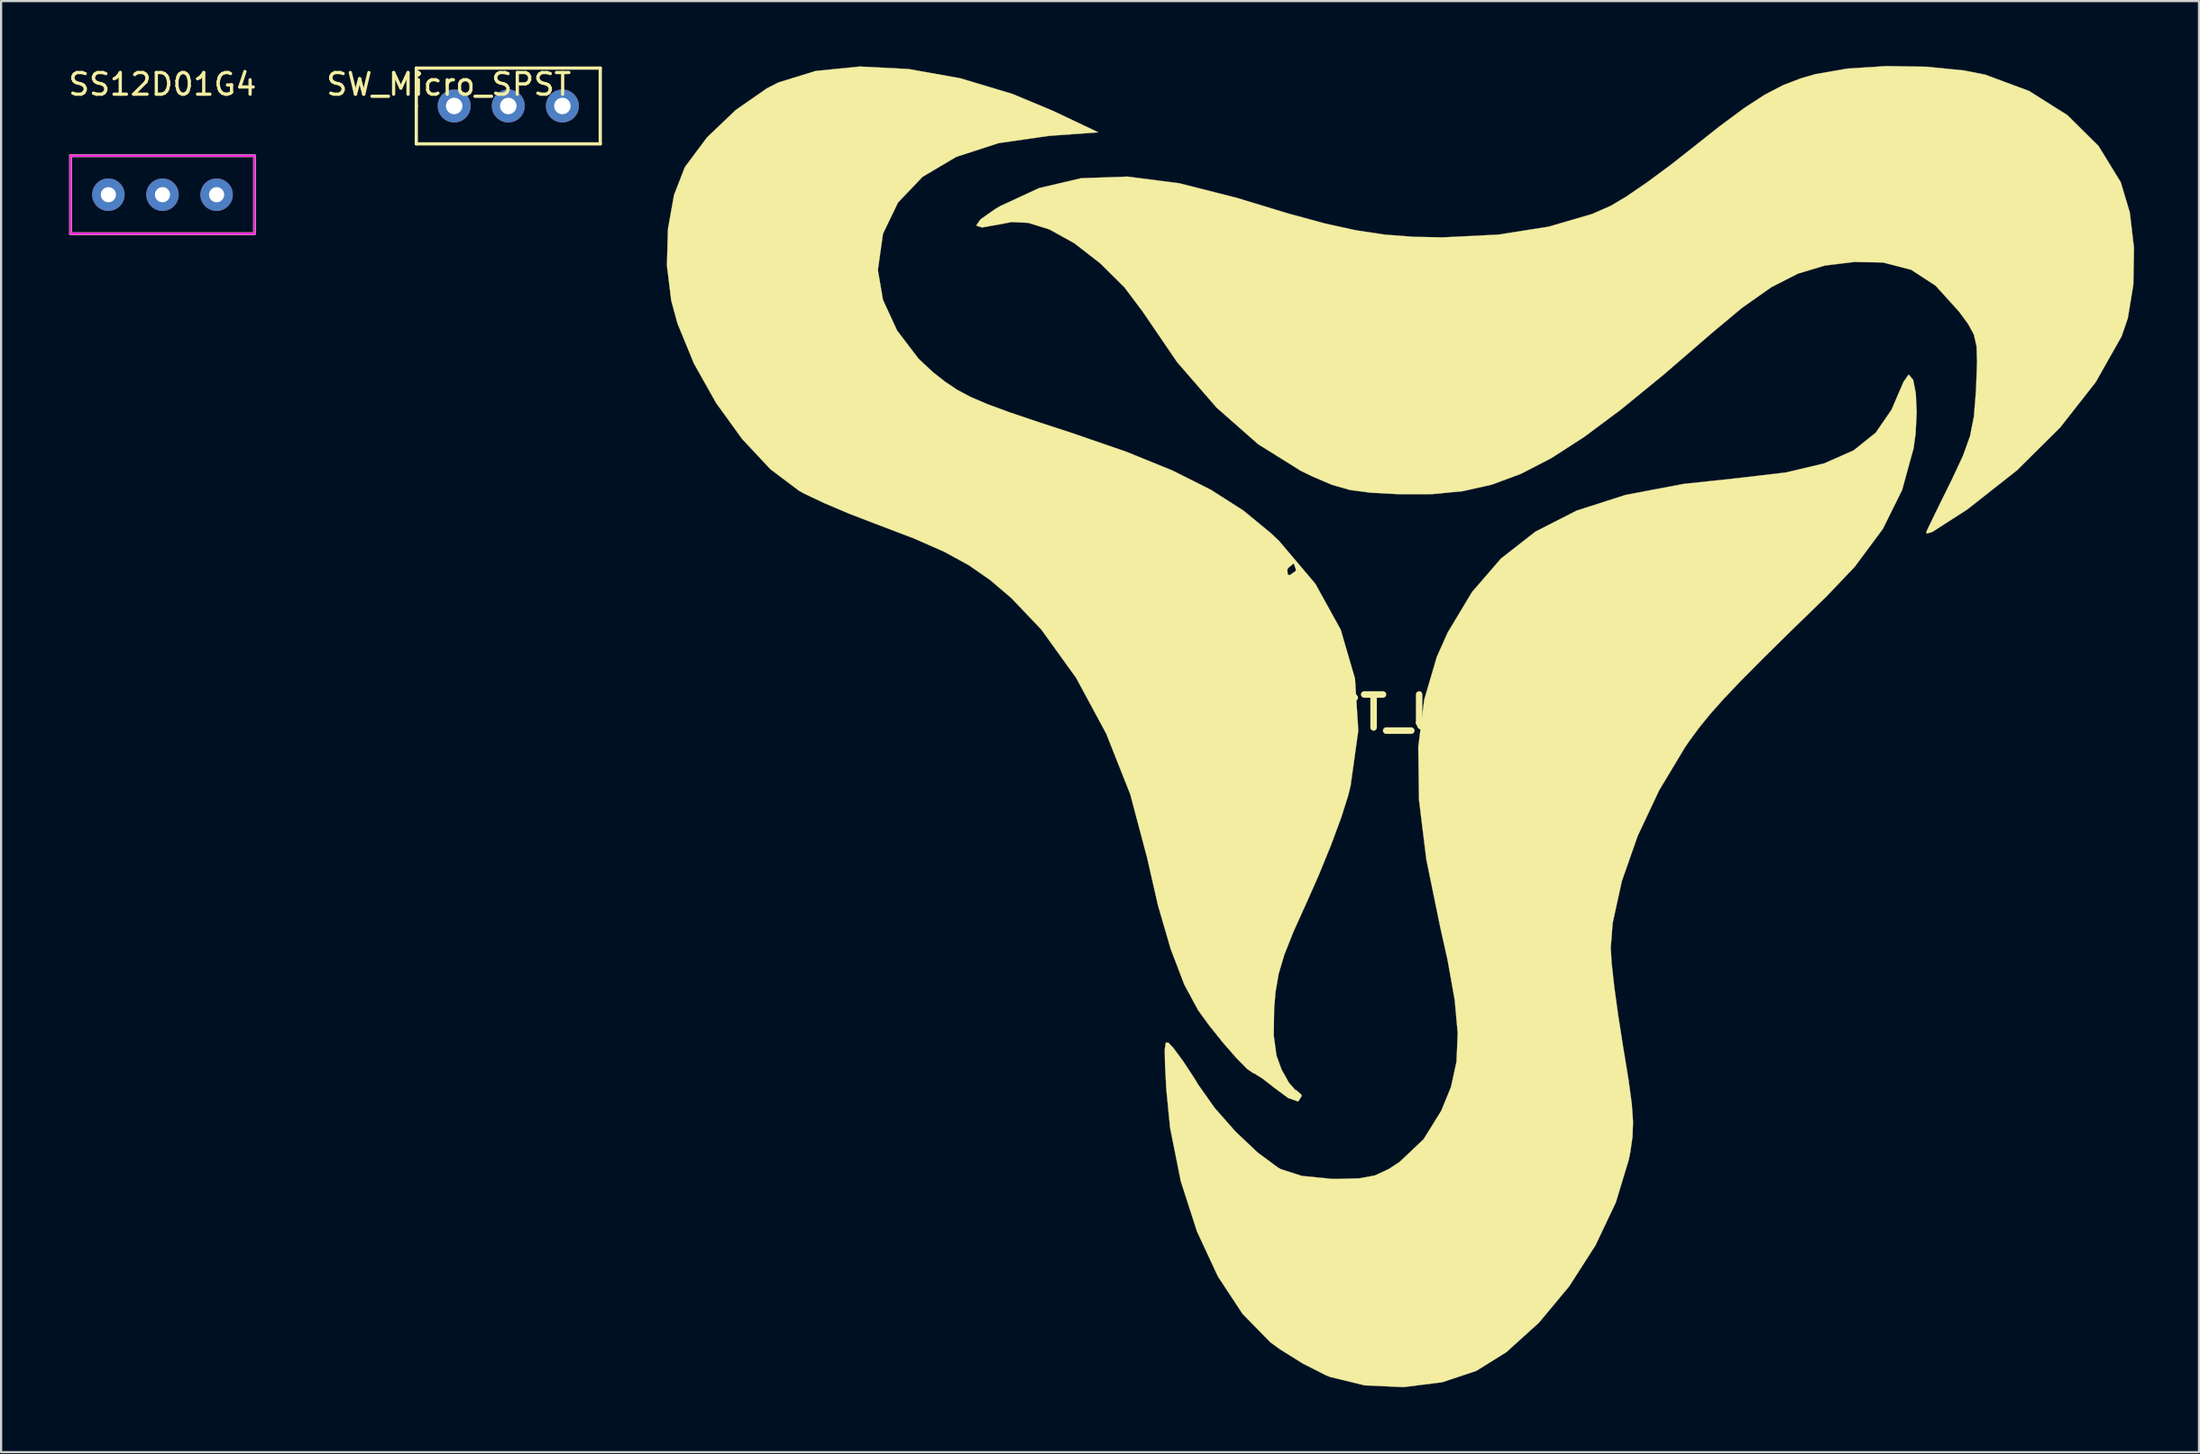
<source format=kicad_pcb>
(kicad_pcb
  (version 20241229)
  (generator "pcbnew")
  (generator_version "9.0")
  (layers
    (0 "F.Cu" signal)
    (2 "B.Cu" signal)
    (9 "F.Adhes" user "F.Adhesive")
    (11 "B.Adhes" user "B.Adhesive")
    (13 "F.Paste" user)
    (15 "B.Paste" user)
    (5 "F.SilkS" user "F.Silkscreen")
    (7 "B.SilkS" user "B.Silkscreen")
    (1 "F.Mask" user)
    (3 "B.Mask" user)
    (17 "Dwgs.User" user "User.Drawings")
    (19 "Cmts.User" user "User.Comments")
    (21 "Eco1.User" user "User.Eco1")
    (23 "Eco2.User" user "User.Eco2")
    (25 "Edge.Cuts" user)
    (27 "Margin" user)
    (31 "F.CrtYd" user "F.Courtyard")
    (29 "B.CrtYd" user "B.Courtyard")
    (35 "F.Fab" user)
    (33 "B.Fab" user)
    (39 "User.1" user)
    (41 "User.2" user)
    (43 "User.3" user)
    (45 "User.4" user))
  (footprint "SW_Micro_SPST"
    (layer "F.Cu")
    (at 20.435 1.848)
    (property "Reference" "SW_Micro_SPST" (at -2.75 -1 0) (layer "F.SilkS") (effects (font (size 1 1) (thickness 0.15))))
    (attr through_hole)
    (fp_line (start -4.25 -1.75) (end 4.25 -1.75) (stroke (width 0.15) (type solid)) (layer "F.SilkS"))
    (fp_line (start -4.25 0) (end -4.25 -1.75) (stroke (width 0.15) (type solid)) (layer "F.SilkS"))
    (fp_line (start -4.25 1.75) (end -4.25 0) (stroke (width 0.15) (type solid)) (layer "F.SilkS"))
    (fp_line (start 4.25 -1.75) (end 4.25 1.75) (stroke (width 0.15) (type solid)) (layer "F.SilkS"))
    (fp_line (start 4.25 1.75) (end -4.25 1.75) (stroke (width 0.15) (type solid)) (layer "F.SilkS"))
    (pad "1" thru_hole circle (at -2.5 0) (size 1.524 1.524) (drill 0.762) (layers "*.Cu" "*.Mask"))
    (pad "2" thru_hole circle (at 0 0) (size 1.524 1.524) (drill 0.762) (layers "*.Cu" "*.Mask"))
    (pad "3" thru_hole circle (at 2.5 0) (size 1.524 1.524) (drill 0.762) (layers "*.Cu" "*.Mask")))
  (footprint "TNCT_logo"
    (layer "F.Cu")
    (at 61.324 29.881)
    (property "Reference" "TNCT_logo" (at 0 0 0) (layer "F.SilkS") (effects (font (size 1.524 1.524) (thickness 0.3))))
    (attr through_hole)
    (fp_poly (pts (xy 24.633 -29.847) (xy 26.365 -29.675) (xy 27.346 -29.481) (xy 29.377 -28.728) (xy 31.152 -27.608) (xy 32.589 -26.184) (xy 33.609 -24.521) (xy 33.617 -24.503) (xy 34.033 -23.115) (xy 34.226 -21.472) (xy 34.196 -19.773) (xy 33.941 -18.221) (xy 33.653 -17.384) (xy 32.458 -15.27) (xy 30.818 -13.177) (xy 28.812 -11.188) (xy 26.521 -9.384) (xy 24.903 -8.344) (xy 24.641 -8.271) (xy 24.638 -8.364) (xy 24.794 -8.693) (xy 25.126 -9.375) (xy 25.573 -10.285) (xy 25.786 -10.716) (xy 26.322 -11.857) (xy 26.649 -12.769) (xy 26.83 -13.679) (xy 26.922 -14.817) (xy 26.935 -15.095) (xy 26.976 -16.202) (xy 26.952 -16.941) (xy 26.827 -17.472) (xy 26.565 -17.955) (xy 26.14 -18.533) (xy 25.059 -19.728) (xy 23.932 -20.463) (xy 22.627 -20.801) (xy 21.299 -20.824) (xy 19.946 -20.659) (xy 18.705 -20.287) (xy 17.466 -19.655) (xy 16.117 -18.705) (xy 14.74 -17.555) (xy 12.484 -15.607) (xy 10.533 -14.012) (xy 8.824 -12.738) (xy 7.298 -11.754) (xy 5.893 -11.029) (xy 4.548 -10.531) (xy 3.204 -10.23) (xy 1.798 -10.094) (xy 0.271 -10.092) (xy 0.184 -10.095) (xy -1.072 -10.162) (xy -2.007 -10.289) (xy -2.83 -10.524) (xy -3.749 -10.918) (xy -4.274 -11.173) (xy -6.239 -12.4) (xy -8.163 -14.093) (xy -9.985 -16.194) (xy -11.59 -18.549) (xy -12.425 -19.657) (xy -13.529 -20.753) (xy -14.733 -21.689) (xy -15.867 -22.317) (xy -15.943 -22.347) (xy -16.87 -22.634) (xy -17.636 -22.669) (xy -18.25 -22.551) (xy -18.995 -22.419) (xy -19.268 -22.505) (xy -19.072 -22.792) (xy -18.407 -23.26) (xy -18.184 -23.395) (xy -16.371 -24.236) (xy -14.423 -24.694) (xy -12.283 -24.769) (xy -9.892 -24.463) (xy -7.194 -23.778) (xy -6.911 -23.69) (xy -4.847 -23.063) (xy -3.154 -22.602) (xy -1.709 -22.285) (xy -0.39 -22.087) (xy 0.927 -21.987) (xy 2.279 -21.96) (xy 4.844 -22.087) (xy 7.184 -22.455) (xy 9.191 -23.042) (xy 10.054 -23.421) (xy 10.757 -23.839) (xy 11.722 -24.499) (xy 12.807 -25.3) (xy 13.607 -25.928) (xy 15.062 -27.081) (xy 16.218 -27.938) (xy 17.171 -28.558) (xy 18.018 -28.998) (xy 18.852 -29.317) (xy 19.503 -29.504) (xy 20.988 -29.762) (xy 22.77 -29.876) (xy 24.633 -29.847)) (stroke (width 0.01) (type solid)) (fill yes) (layer "F.SilkS"))
    (fp_poly (pts (xy 24.025 -15.371) (xy 24.146 -14.746) (xy 24.186 -13.873) (xy 24.136 -12.893) (xy 24.043 -12.215) (xy 23.514 -10.288) (xy 22.628 -8.495) (xy 21.327 -6.741) (xy 20.034 -5.381) (xy 18.401 -3.794) (xy 17.1 -2.513) (xy 16.077 -1.481) (xy 15.278 -0.641) (xy 14.65 0.065) (xy 14.138 0.694) (xy 13.691 1.302) (xy 13.491 1.592) (xy 12.285 3.597) (xy 11.293 5.708) (xy 10.561 7.798) (xy 10.137 9.739) (xy 10.049 10.886) (xy 10.092 11.587) (xy 10.212 12.667) (xy 10.392 13.983) (xy 10.613 15.393) (xy 10.635 15.525) (xy 10.876 17.001) (xy 11.023 18.088) (xy 11.08 18.915) (xy 11.056 19.612) (xy 10.955 20.309) (xy 10.885 20.663) (xy 10.286 22.64) (xy 9.342 24.628) (xy 8.132 26.516) (xy 6.734 28.197) (xy 5.229 29.559) (xy 3.836 30.427) (xy 2.265 30.95) (xy 0.48 31.175) (xy -1.316 31.095) (xy -2.919 30.705) (xy -3.114 30.626) (xy -4.174 30.089) (xy -5.256 29.413) (xy -5.676 29.104) (xy -6.96 27.794) (xy -8.103 26.057) (xy -9.067 23.983) (xy -9.815 21.664) (xy -10.31 19.191) (xy -10.487 17.382) (xy -10.545 16.248) (xy -10.557 15.567) (xy -10.51 15.262) (xy -10.389 15.258) (xy -10.18 15.478) (xy -10.139 15.527) (xy -9.707 16.113) (xy -9.188 16.902) (xy -8.996 17.217) (xy -8.248 18.276) (xy -7.286 19.367) (xy -6.261 20.336) (xy -5.326 21.027) (xy -5.196 21.1) (xy -4.221 21.415) (xy -2.853 21.551) (xy -2.602 21.555) (xy -1.567 21.527) (xy -0.838 21.392) (xy -0.192 21.088) (xy 0.306 20.758) (xy 1.401 19.721) (xy 2.22 18.402) (xy 2.67 17.299) (xy 2.923 16.139) (xy 2.98 14.829) (xy 2.84 13.277) (xy 2.502 11.389) (xy 2.172 9.922) (xy 1.53 6.789) (xy 1.191 4.031) (xy 1.158 1.592) (xy 1.431 -0.588) (xy 2.012 -2.568) (xy 2.517 -3.699) (xy 3.641 -5.57) (xy 4.975 -7.115) (xy 6.568 -8.36) (xy 8.472 -9.332) (xy 10.735 -10.058) (xy 13.408 -10.565) (xy 15.914 -10.833) (xy 18.139 -11.095) (xy 19.906 -11.513) (xy 21.272 -12.116) (xy 22.293 -12.934) (xy 23.024 -13.995) (xy 23.319 -14.684) (xy 23.579 -15.285) (xy 23.797 -15.598) (xy 23.831 -15.61) (xy 24.025 -15.371)) (stroke (width 0.01) (type solid)) (fill yes) (layer "F.SilkS"))
    (fp_poly (pts (xy -22.391 -29.74) (xy -20.009 -29.315) (xy -17.597 -28.591) (xy -15.743 -27.818) (xy -13.626 -26.816) (xy -15.896 -26.653) (xy -18.233 -26.317) (xy -20.19 -25.681) (xy -21.746 -24.76) (xy -22.882 -23.57) (xy -23.577 -22.127) (xy -23.812 -20.453) (xy -23.577 -19.073) (xy -22.924 -17.657) (xy -21.93 -16.35) (xy -21.265 -15.729) (xy -20.705 -15.29) (xy -20.16 -14.924) (xy -19.54 -14.592) (xy -18.754 -14.254) (xy -17.714 -13.871) (xy -16.328 -13.403) (xy -14.918 -12.944) (xy -12.333 -12.053) (xy -10.192 -11.182) (xy -8.415 -10.289) (xy -6.921 -9.333) (xy -5.63 -8.272) (xy -5.281 -7.938) (xy -3.599 -5.953) (xy -2.428 -3.832) (xy -1.767 -1.571) (xy -1.615 0.835) (xy -1.971 3.387) (xy -2.082 3.836) (xy -2.396 4.833) (xy -2.875 6.127) (xy -3.452 7.541) (xy -3.98 8.731) (xy -4.607 10.122) (xy -5.03 11.187) (xy -5.292 12.068) (xy -5.438 12.907) (xy -5.502 13.661) (xy -5.522 14.92) (xy -5.396 15.845) (xy -5.157 16.505) (xy -4.817 17.11) (xy -4.527 17.441) (xy -4.468 17.462) (xy -4.24 17.665) (xy -4.233 17.727) (xy -4.392 17.977) (xy -4.858 17.812) (xy -5.508 17.33) (xy -6.052 16.906) (xy -6.418 16.68) (xy -6.462 16.669) (xy -6.746 16.475) (xy -7.245 15.968) (xy -7.863 15.26) (xy -8.501 14.464) (xy -9.015 13.757) (xy -9.654 12.572) (xy -10.28 10.933) (xy -10.869 8.914) (xy -11.371 6.713) (xy -12.15 3.78) (xy -13.26 0.977) (xy -14.647 -1.595) (xy -16.259 -3.835) (xy -17.648 -5.294) (xy -18.619 -6.12) (xy -19.329 -6.615) (xy -4.895 -6.615) (xy -4.874 -6.371) (xy -4.778 -6.35) (xy -4.509 -6.542) (xy -4.498 -6.615) (xy -4.588 -6.872) (xy -4.615 -6.879) (xy -4.84 -6.694) (xy -4.895 -6.615) (xy -19.329 -6.615) (xy -19.608 -6.808) (xy -20.737 -7.426) (xy -22.13 -8.04) (xy -23.909 -8.718) (xy -23.945 -8.731) (xy -25.143 -9.192) (xy -26.293 -9.681) (xy -27.205 -10.113) (xy -27.453 -10.248) (xy -28.774 -11.243) (xy -30.08 -12.638) (xy -31.287 -14.308) (xy -32.311 -16.129) (xy -33.069 -17.976) (xy -33.36 -19.041) (xy -33.559 -20.666) (xy -33.51 -22.351) (xy -33.232 -23.914) (xy -32.744 -25.175) (xy -32.709 -25.236) (xy -31.706 -26.581) (xy -30.384 -27.844) (xy -28.942 -28.847) (xy -28.411 -29.119) (xy -26.685 -29.652) (xy -24.647 -29.856) (xy -22.391 -29.74)) (stroke (width 0.01) (type solid)) (fill yes) (layer "F.SilkS")))
  (footprint "SS12D01G4"
    (layer "F.Cu")
    (at 4.458 5.948)
    (property "Reference" "SS12D01G4" (at 0 -5.1 0) (layer "F.SilkS") (effects (font (size 1 1) (thickness 0.15))))
    (attr through_hole)
    (fp_line (start -4.25 -1.8) (end -4.25 1.8) (stroke (width 0.127) (type solid)) (layer "F.SilkS"))
    (fp_line (start -4.25 -1.8) (end 4.25 -1.8) (stroke (width 0.127) (type solid)) (layer "F.SilkS"))
    (fp_line (start -4.25 1.8) (end 4.25 1.8) (stroke (width 0.127) (type solid)) (layer "F.SilkS"))
    (fp_line (start 4.25 1.8) (end 4.25 -1.8) (stroke (width 0.127) (type solid)) (layer "F.SilkS"))
    (fp_line (start -4.25 -1.8) (end -4.25 1.8) (stroke (width 0.1) (type solid)) (layer "F.CrtYd"))
    (fp_line (start -4.25 -1.8) (end 4.25 -1.8) (stroke (width 0.1) (type solid)) (layer "F.CrtYd"))
    (fp_line (start -4.25 1.8) (end 4.25 1.8) (stroke (width 0.1) (type solid)) (layer "F.CrtYd"))
    (fp_line (start 4.25 1.8) (end 4.25 -1.8) (stroke (width 0.1) (type solid)) (layer "F.CrtYd"))
    (fp_line (start -4.25 -1.8) (end -4.25 1.8) (stroke (width 0.1) (type solid)) (layer "F.Fab"))
    (fp_line (start -4.25 -1.8) (end 4.25 -1.8) (stroke (width 0.1) (type solid)) (layer "F.Fab"))
    (fp_line (start -4.25 1.8) (end 4.25 1.8) (stroke (width 0.1) (type solid)) (layer "F.Fab"))
    (fp_line (start 4.25 1.8) (end 4.25 -1.8) (stroke (width 0.1) (type solid)) (layer "F.Fab"))
    (pad "1" thru_hole circle (at -2.5 0) (size 1.5 1.5) (drill 0.7) (layers "*.Cu" "*.Mask"))
    (pad "2" thru_hole circle (at 0 0) (size 1.5 1.5) (drill 0.7) (layers "*.Cu" "*.Mask"))
    (pad "3" thru_hole circle (at 2.5 0) (size 1.5 1.5) (drill 0.7) (layers "*.Cu" "*.Mask")))
  (gr_rect
    (start -3 -3)
    (end 98.555 64.061)
    (stroke (width 0.1) (type default))
    (fill no)
    (layer "Edge.Cuts")))
</source>
